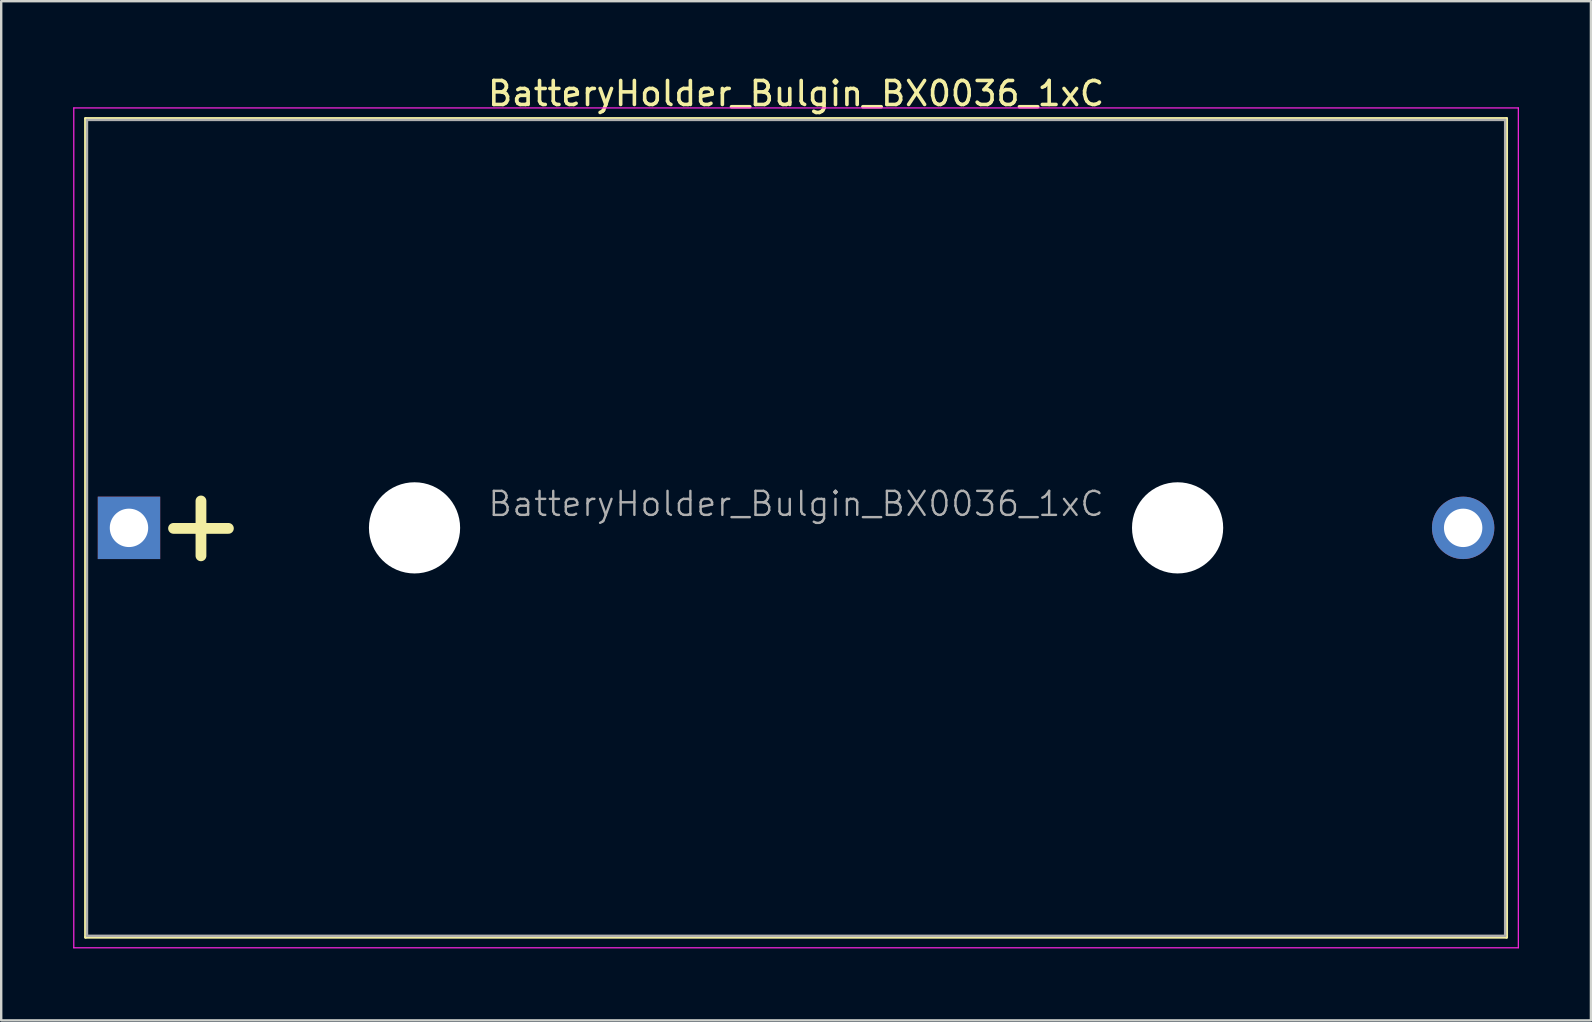
<source format=kicad_pcb>
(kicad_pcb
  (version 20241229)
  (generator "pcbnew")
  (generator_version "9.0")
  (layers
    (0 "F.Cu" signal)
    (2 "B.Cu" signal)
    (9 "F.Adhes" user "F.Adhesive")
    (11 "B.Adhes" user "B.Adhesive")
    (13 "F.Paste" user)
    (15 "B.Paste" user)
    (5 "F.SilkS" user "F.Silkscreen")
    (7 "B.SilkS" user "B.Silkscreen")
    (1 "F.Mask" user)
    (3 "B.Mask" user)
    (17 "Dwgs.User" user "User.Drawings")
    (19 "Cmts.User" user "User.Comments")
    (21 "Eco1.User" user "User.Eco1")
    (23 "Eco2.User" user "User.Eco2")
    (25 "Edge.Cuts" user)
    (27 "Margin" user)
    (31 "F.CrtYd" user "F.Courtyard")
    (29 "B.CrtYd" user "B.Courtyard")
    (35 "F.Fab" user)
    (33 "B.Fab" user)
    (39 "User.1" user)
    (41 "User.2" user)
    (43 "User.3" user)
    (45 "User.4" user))
  (footprint "BatteryHolder_Bulgin_BX0036_1xC"
    (layer "F.Cu")
    (at 2.325 18.948)
    (property "Reference" "BatteryHolder_Bulgin_BX0036_1xC" (at 27.8 -18.1 0) (layer "F.SilkS") (effects (font (size 1 1) (thickness 0.15))))
    (attr through_hole)
    (fp_line (start -1.81 -17.06) (end -1.81 17.06) (stroke (width 0.12) (type solid)) (layer "F.SilkS"))
    (fp_line (start -1.81 -17.06) (end 57.41 -17.06) (stroke (width 0.12) (type solid)) (layer "F.SilkS"))
    (fp_line (start -1.81 17.06) (end 57.41 17.06) (stroke (width 0.12) (type solid)) (layer "F.SilkS"))
    (fp_line (start 57.41 -17.06) (end 57.41 17.06) (stroke (width 0.12) (type solid)) (layer "F.SilkS"))
    (fp_line (start -2.3 -17.5) (end 57.9 -17.5) (stroke (width 0.05) (type solid)) (layer "F.CrtYd"))
    (fp_line (start -2.3 17.5) (end -2.3 -17.5) (stroke (width 0.05) (type solid)) (layer "F.CrtYd"))
    (fp_line (start 57.9 -17.5) (end 57.9 17.5) (stroke (width 0.05) (type solid)) (layer "F.CrtYd"))
    (fp_line (start 57.9 17.5) (end -2.3 17.5) (stroke (width 0.05) (type solid)) (layer "F.CrtYd"))
    (fp_line (start -1.75 -17) (end 57.35 -17) (stroke (width 0.1) (type solid)) (layer "F.Fab"))
    (fp_line (start -1.75 17) (end -1.75 -17) (stroke (width 0.1) (type solid)) (layer "F.Fab"))
    (fp_line (start 57.35 -17) (end 57.35 17) (stroke (width 0.1) (type solid)) (layer "F.Fab"))
    (fp_line (start 57.35 17) (end -1.75 17) (stroke (width 0.1) (type solid)) (layer "F.Fab"))
    (fp_text user "+" (at 3 -0.2 0) (layer "F.SilkS") (effects (font (size 3 3) (thickness 0.45))))
    (fp_text user "${REFERENCE}" (at 27.8 -1 0) (layer "F.Fab") (effects (font (size 1 1) (thickness 0.1))))
    (pad "" np_thru_hole circle (at 11.9 0) (size 3.8 3.8) (drill 3.8) (layers "*.Cu" "*.Mask"))
    (pad "" np_thru_hole circle (at 43.7 0) (size 3.8 3.8) (drill 3.8) (layers "*.Cu" "*.Mask"))
    (pad "1" thru_hole rect (at 0 0) (size 2.6 2.6) (drill 1.6) (layers "*.Cu" "*.Mask"))
    (pad "2" thru_hole circle (at 55.6 0) (size 2.6 2.6) (drill 1.6) (layers "*.Cu" "*.Mask")))
  (gr_rect
    (start -3 -3)
    (end 63.25 39.473)
    (stroke (width 0.1) (type default))
    (fill no)
    (layer "Edge.Cuts")))
</source>
